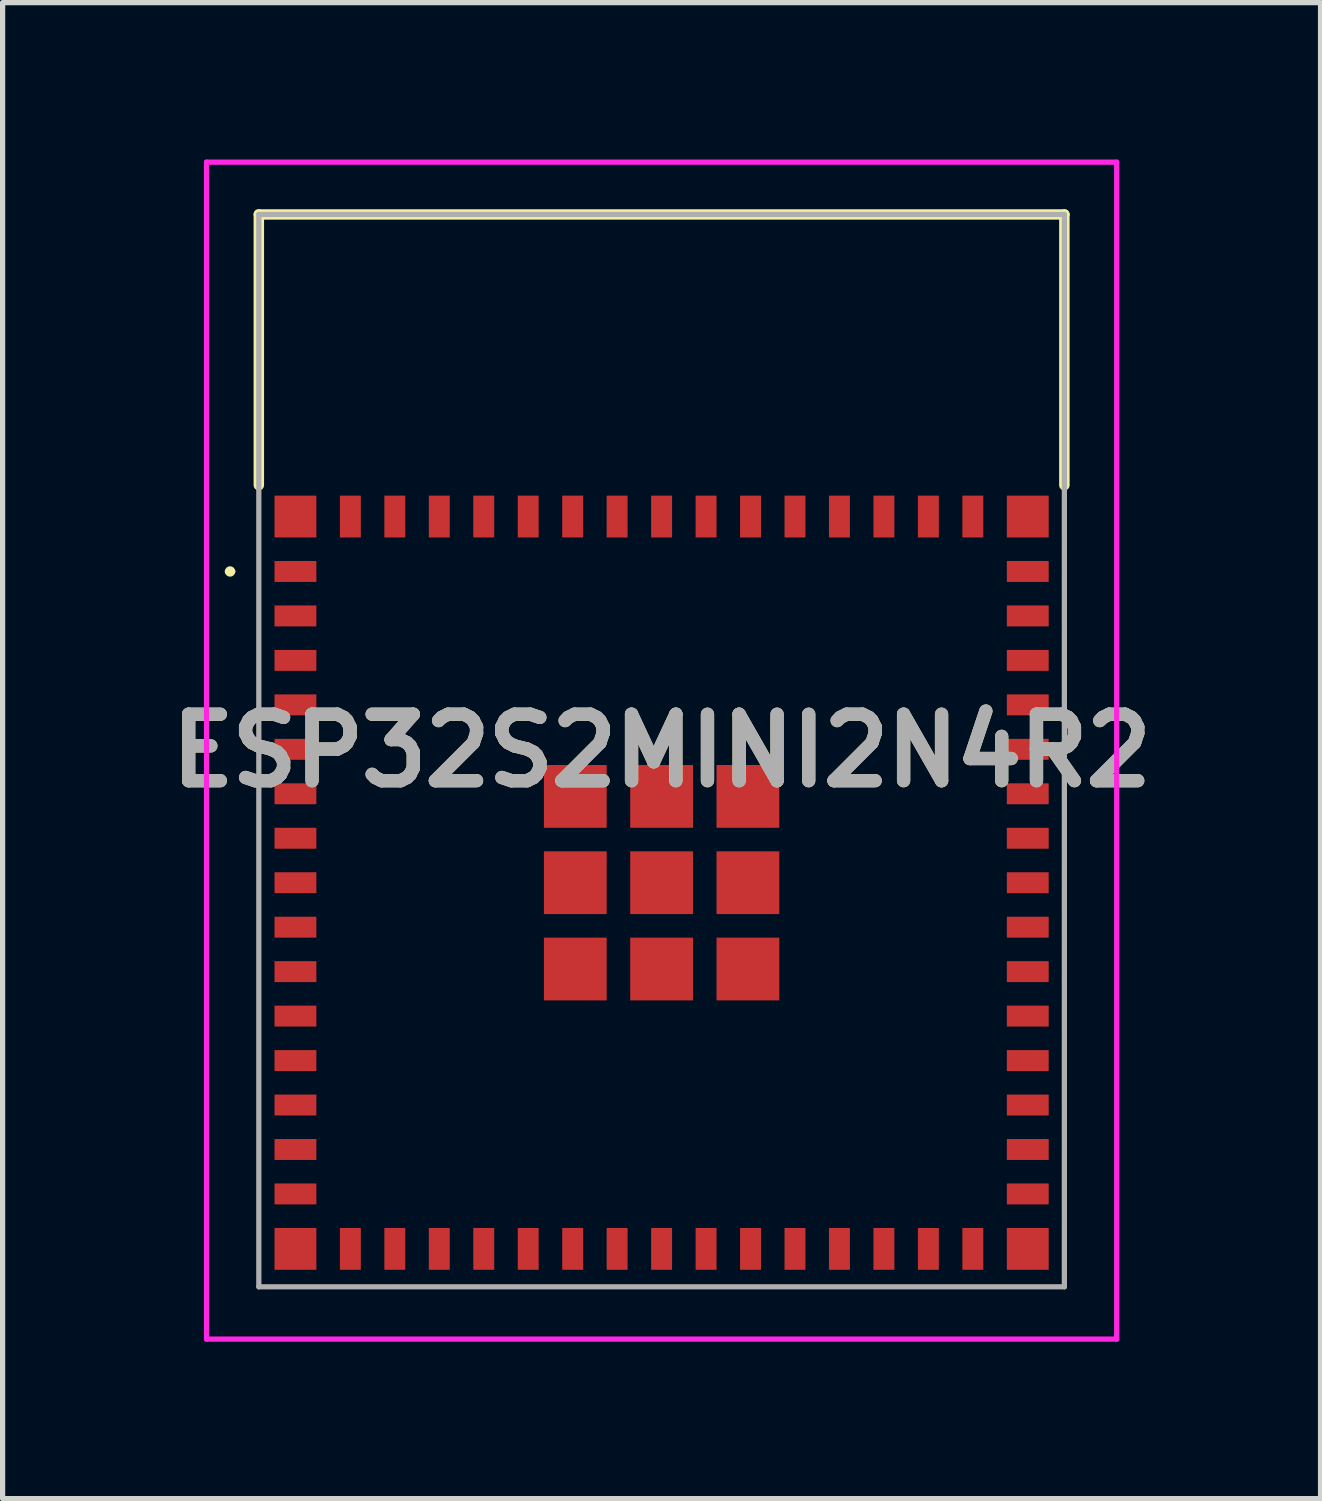
<source format=kicad_pcb>
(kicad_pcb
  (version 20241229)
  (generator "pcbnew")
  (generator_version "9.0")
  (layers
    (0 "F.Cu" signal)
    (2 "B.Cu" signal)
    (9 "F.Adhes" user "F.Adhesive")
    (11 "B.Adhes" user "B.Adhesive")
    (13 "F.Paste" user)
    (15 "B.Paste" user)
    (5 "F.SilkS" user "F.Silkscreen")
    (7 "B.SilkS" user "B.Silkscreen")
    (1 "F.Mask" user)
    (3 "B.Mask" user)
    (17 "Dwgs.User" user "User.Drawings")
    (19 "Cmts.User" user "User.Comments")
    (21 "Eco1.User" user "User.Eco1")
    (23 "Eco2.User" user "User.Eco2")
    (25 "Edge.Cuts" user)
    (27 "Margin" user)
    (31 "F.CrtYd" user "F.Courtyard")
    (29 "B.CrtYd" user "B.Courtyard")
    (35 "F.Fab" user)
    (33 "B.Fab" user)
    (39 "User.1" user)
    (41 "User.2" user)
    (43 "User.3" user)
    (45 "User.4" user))
  (footprint "ESP32S2MINI2N4R2"
    (layer "F.Cu")
    (at 9.598 13.825)
    (property "Reference" "ESP32S2MINI2N4R2" (at 0 -2.525 0) (layer "F.SilkS") (effects (font (size 1.27 1.27) (thickness 0.254))))
    (attr smd)
    (fp_line (start -8.3 -5.95) (end -8.3 -5.95) (stroke (width 0.1) (type solid)) (layer "F.SilkS"))
    (fp_line (start -8.2 -5.95) (end -8.2 -5.95) (stroke (width 0.1) (type solid)) (layer "F.SilkS"))
    (fp_line (start -7.7 -12.775) (end 7.7 -12.775) (stroke (width 0.2) (type solid)) (layer "F.SilkS"))
    (fp_line (start -7.7 -7.6) (end -7.7 -12.775) (stroke (width 0.2) (type solid)) (layer "F.SilkS"))
    (fp_line (start 7.7 -12.775) (end 7.7 -7.6) (stroke (width 0.2) (type solid)) (layer "F.SilkS"))
    (fp_arc (start -8.3 -5.95) (mid -8.25 -6) (end -8.2 -5.95) (stroke (width 0.1) (type solid)) (layer "F.SilkS"))
    (fp_arc (start -8.2 -5.95) (mid -8.25 -5.9) (end -8.3 -5.95) (stroke (width 0.1) (type solid)) (layer "F.SilkS"))
    (fp_line (start -8.7 -13.775) (end 8.7 -13.775) (stroke (width 0.1) (type solid)) (layer "F.CrtYd"))
    (fp_line (start -8.7 8.725) (end -8.7 -13.775) (stroke (width 0.1) (type solid)) (layer "F.CrtYd"))
    (fp_line (start 8.7 -13.775) (end 8.7 8.725) (stroke (width 0.1) (type solid)) (layer "F.CrtYd"))
    (fp_line (start 8.7 8.725) (end -8.7 8.725) (stroke (width 0.1) (type solid)) (layer "F.CrtYd"))
    (fp_line (start -7.7 -12.775) (end 7.7 -12.775) (stroke (width 0.1) (type solid)) (layer "F.Fab"))
    (fp_line (start -7.7 7.725) (end -7.7 -12.775) (stroke (width 0.1) (type solid)) (layer "F.Fab"))
    (fp_line (start 7.7 -12.775) (end 7.7 7.725) (stroke (width 0.1) (type solid)) (layer "F.Fab"))
    (fp_line (start 7.7 7.725) (end -7.7 7.725) (stroke (width 0.1) (type solid)) (layer "F.Fab"))
    (fp_text user "${REFERENCE}" (at 0 -2.525 0) (layer "F.Fab") (effects (font (size 1.27 1.27) (thickness 0.254))))
    (pad "1" smd rect (at -7 -5.95 90) (size 0.4 0.8) (layers "F.Cu" "F.Mask" "F.Paste"))
    (pad "2" smd rect (at -7 -5.1 90) (size 0.4 0.8) (layers "F.Cu" "F.Mask" "F.Paste"))
    (pad "3" smd rect (at -7 -4.25 90) (size 0.4 0.8) (layers "F.Cu" "F.Mask" "F.Paste"))
    (pad "4" smd rect (at -7 -3.4 90) (size 0.4 0.8) (layers "F.Cu" "F.Mask" "F.Paste"))
    (pad "5" smd rect (at -7 -2.55 90) (size 0.4 0.8) (layers "F.Cu" "F.Mask" "F.Paste"))
    (pad "6" smd rect (at -7 -1.7 90) (size 0.4 0.8) (layers "F.Cu" "F.Mask" "F.Paste"))
    (pad "7" smd rect (at -7 -0.85 90) (size 0.4 0.8) (layers "F.Cu" "F.Mask" "F.Paste"))
    (pad "8" smd rect (at -7 0 90) (size 0.4 0.8) (layers "F.Cu" "F.Mask" "F.Paste"))
    (pad "9" smd rect (at -7 0.85 90) (size 0.4 0.8) (layers "F.Cu" "F.Mask" "F.Paste"))
    (pad "10" smd rect (at -7 1.7 90) (size 0.4 0.8) (layers "F.Cu" "F.Mask" "F.Paste"))
    (pad "11" smd rect (at -7 2.55 90) (size 0.4 0.8) (layers "F.Cu" "F.Mask" "F.Paste"))
    (pad "12" smd rect (at -7 3.4 90) (size 0.4 0.8) (layers "F.Cu" "F.Mask" "F.Paste"))
    (pad "13" smd rect (at -7 4.25 90) (size 0.4 0.8) (layers "F.Cu" "F.Mask" "F.Paste"))
    (pad "14" smd rect (at -7 5.1 90) (size 0.4 0.8) (layers "F.Cu" "F.Mask" "F.Paste"))
    (pad "15" smd rect (at -7 5.95 90) (size 0.4 0.8) (layers "F.Cu" "F.Mask" "F.Paste"))
    (pad "16" smd rect (at -5.95 7) (size 0.4 0.8) (layers "F.Cu" "F.Mask" "F.Paste"))
    (pad "17" smd rect (at -5.1 7) (size 0.4 0.8) (layers "F.Cu" "F.Mask" "F.Paste"))
    (pad "18" smd rect (at -4.25 7) (size 0.4 0.8) (layers "F.Cu" "F.Mask" "F.Paste"))
    (pad "19" smd rect (at -3.4 7) (size 0.4 0.8) (layers "F.Cu" "F.Mask" "F.Paste"))
    (pad "20" smd rect (at -2.55 7) (size 0.4 0.8) (layers "F.Cu" "F.Mask" "F.Paste"))
    (pad "21" smd rect (at -1.7 7) (size 0.4 0.8) (layers "F.Cu" "F.Mask" "F.Paste"))
    (pad "22" smd rect (at -0.85 7) (size 0.4 0.8) (layers "F.Cu" "F.Mask" "F.Paste"))
    (pad "23" smd rect (at 0 7) (size 0.4 0.8) (layers "F.Cu" "F.Mask" "F.Paste"))
    (pad "24" smd rect (at 0.85 7) (size 0.4 0.8) (layers "F.Cu" "F.Mask" "F.Paste"))
    (pad "25" smd rect (at 1.7 7) (size 0.4 0.8) (layers "F.Cu" "F.Mask" "F.Paste"))
    (pad "26" smd rect (at 2.55 7) (size 0.4 0.8) (layers "F.Cu" "F.Mask" "F.Paste"))
    (pad "27" smd rect (at 3.4 7) (size 0.4 0.8) (layers "F.Cu" "F.Mask" "F.Paste"))
    (pad "28" smd rect (at 4.25 7) (size 0.4 0.8) (layers "F.Cu" "F.Mask" "F.Paste"))
    (pad "29" smd rect (at 5.1 7) (size 0.4 0.8) (layers "F.Cu" "F.Mask" "F.Paste"))
    (pad "30" smd rect (at 5.95 7) (size 0.4 0.8) (layers "F.Cu" "F.Mask" "F.Paste"))
    (pad "31" smd rect (at 7 5.95 90) (size 0.4 0.8) (layers "F.Cu" "F.Mask" "F.Paste"))
    (pad "32" smd rect (at 7 5.1 90) (size 0.4 0.8) (layers "F.Cu" "F.Mask" "F.Paste"))
    (pad "33" smd rect (at 7 4.25 90) (size 0.4 0.8) (layers "F.Cu" "F.Mask" "F.Paste"))
    (pad "34" smd rect (at 7 3.4 90) (size 0.4 0.8) (layers "F.Cu" "F.Mask" "F.Paste"))
    (pad "35" smd rect (at 7 2.55 90) (size 0.4 0.8) (layers "F.Cu" "F.Mask" "F.Paste"))
    (pad "36" smd rect (at 7 1.7 90) (size 0.4 0.8) (layers "F.Cu" "F.Mask" "F.Paste"))
    (pad "37" smd rect (at 7 0.85 90) (size 0.4 0.8) (layers "F.Cu" "F.Mask" "F.Paste"))
    (pad "38" smd rect (at 7 0 90) (size 0.4 0.8) (layers "F.Cu" "F.Mask" "F.Paste"))
    (pad "39" smd rect (at 7 -0.85 90) (size 0.4 0.8) (layers "F.Cu" "F.Mask" "F.Paste"))
    (pad "40" smd rect (at 7 -1.7 90) (size 0.4 0.8) (layers "F.Cu" "F.Mask" "F.Paste"))
    (pad "41" smd rect (at 7 -2.55 90) (size 0.4 0.8) (layers "F.Cu" "F.Mask" "F.Paste"))
    (pad "42" smd rect (at 7 -3.4 90) (size 0.4 0.8) (layers "F.Cu" "F.Mask" "F.Paste"))
    (pad "43" smd rect (at 7 -4.25 90) (size 0.4 0.8) (layers "F.Cu" "F.Mask" "F.Paste"))
    (pad "44" smd rect (at 7 -5.1 90) (size 0.4 0.8) (layers "F.Cu" "F.Mask" "F.Paste"))
    (pad "45" smd rect (at 7 -5.95 90) (size 0.4 0.8) (layers "F.Cu" "F.Mask" "F.Paste"))
    (pad "46" smd rect (at 5.95 -7) (size 0.4 0.8) (layers "F.Cu" "F.Mask" "F.Paste"))
    (pad "47" smd rect (at 5.1 -7) (size 0.4 0.8) (layers "F.Cu" "F.Mask" "F.Paste"))
    (pad "48" smd rect (at 4.25 -7) (size 0.4 0.8) (layers "F.Cu" "F.Mask" "F.Paste"))
    (pad "49" smd rect (at 3.4 -7) (size 0.4 0.8) (layers "F.Cu" "F.Mask" "F.Paste"))
    (pad "50" smd rect (at 2.55 -7) (size 0.4 0.8) (layers "F.Cu" "F.Mask" "F.Paste"))
    (pad "51" smd rect (at 1.7 -7) (size 0.4 0.8) (layers "F.Cu" "F.Mask" "F.Paste"))
    (pad "52" smd rect (at 0.85 -7) (size 0.4 0.8) (layers "F.Cu" "F.Mask" "F.Paste"))
    (pad "53" smd rect (at 0 -7) (size 0.4 0.8) (layers "F.Cu" "F.Mask" "F.Paste"))
    (pad "54" smd rect (at -0.85 -7) (size 0.4 0.8) (layers "F.Cu" "F.Mask" "F.Paste"))
    (pad "55" smd rect (at -1.7 -7) (size 0.4 0.8) (layers "F.Cu" "F.Mask" "F.Paste"))
    (pad "56" smd rect (at -2.55 -7) (size 0.4 0.8) (layers "F.Cu" "F.Mask" "F.Paste"))
    (pad "57" smd rect (at -3.4 -7) (size 0.4 0.8) (layers "F.Cu" "F.Mask" "F.Paste"))
    (pad "58" smd rect (at -4.25 -7) (size 0.4 0.8) (layers "F.Cu" "F.Mask" "F.Paste"))
    (pad "59" smd rect (at -5.1 -7) (size 0.4 0.8) (layers "F.Cu" "F.Mask" "F.Paste"))
    (pad "60" smd rect (at -5.95 -7) (size 0.4 0.8) (layers "F.Cu" "F.Mask" "F.Paste"))
    (pad "61" smd rect (at 0 0 90) (size 1.2 1.2) (layers "F.Cu" "F.Mask" "F.Paste"))
    (pad "62" smd rect (at -7 -7 90) (size 0.8 0.8) (layers "F.Cu" "F.Mask" "F.Paste"))
    (pad "63" smd rect (at -7 7 90) (size 0.8 0.8) (layers "F.Cu" "F.Mask" "F.Paste"))
    (pad "64" smd rect (at 7 7 90) (size 0.8 0.8) (layers "F.Cu" "F.Mask" "F.Paste"))
    (pad "65" smd rect (at 7 -7 90) (size 0.8 0.8) (layers "F.Cu" "F.Mask" "F.Paste"))
    (pad "66" smd rect (at 1.65 0 90) (size 1.2 1.2) (layers "F.Cu" "F.Mask" "F.Paste"))
    (pad "67" smd rect (at 1.65 -1.65 90) (size 1.2 1.2) (layers "F.Cu" "F.Mask" "F.Paste"))
    (pad "68" smd rect (at 0 -1.65 90) (size 1.2 1.2) (layers "F.Cu" "F.Mask" "F.Paste"))
    (pad "69" smd rect (at -1.65 -1.65 90) (size 1.2 1.2) (layers "F.Cu" "F.Mask" "F.Paste"))
    (pad "70" smd rect (at -1.65 0 90) (size 1.2 1.2) (layers "F.Cu" "F.Mask" "F.Paste"))
    (pad "71" smd rect (at -1.65 1.65 90) (size 1.2 1.2) (layers "F.Cu" "F.Mask" "F.Paste"))
    (pad "72" smd rect (at 0 1.65 90) (size 1.2 1.2) (layers "F.Cu" "F.Mask" "F.Paste"))
    (pad "73" smd rect (at 1.65 1.65 90) (size 1.2 1.2) (layers "F.Cu" "F.Mask" "F.Paste")))
  (gr_rect
    (start -3 -3)
    (end 22.195 25.6)
    (stroke (width 0.1) (type default))
    (fill no)
    (layer "Edge.Cuts")))
</source>
